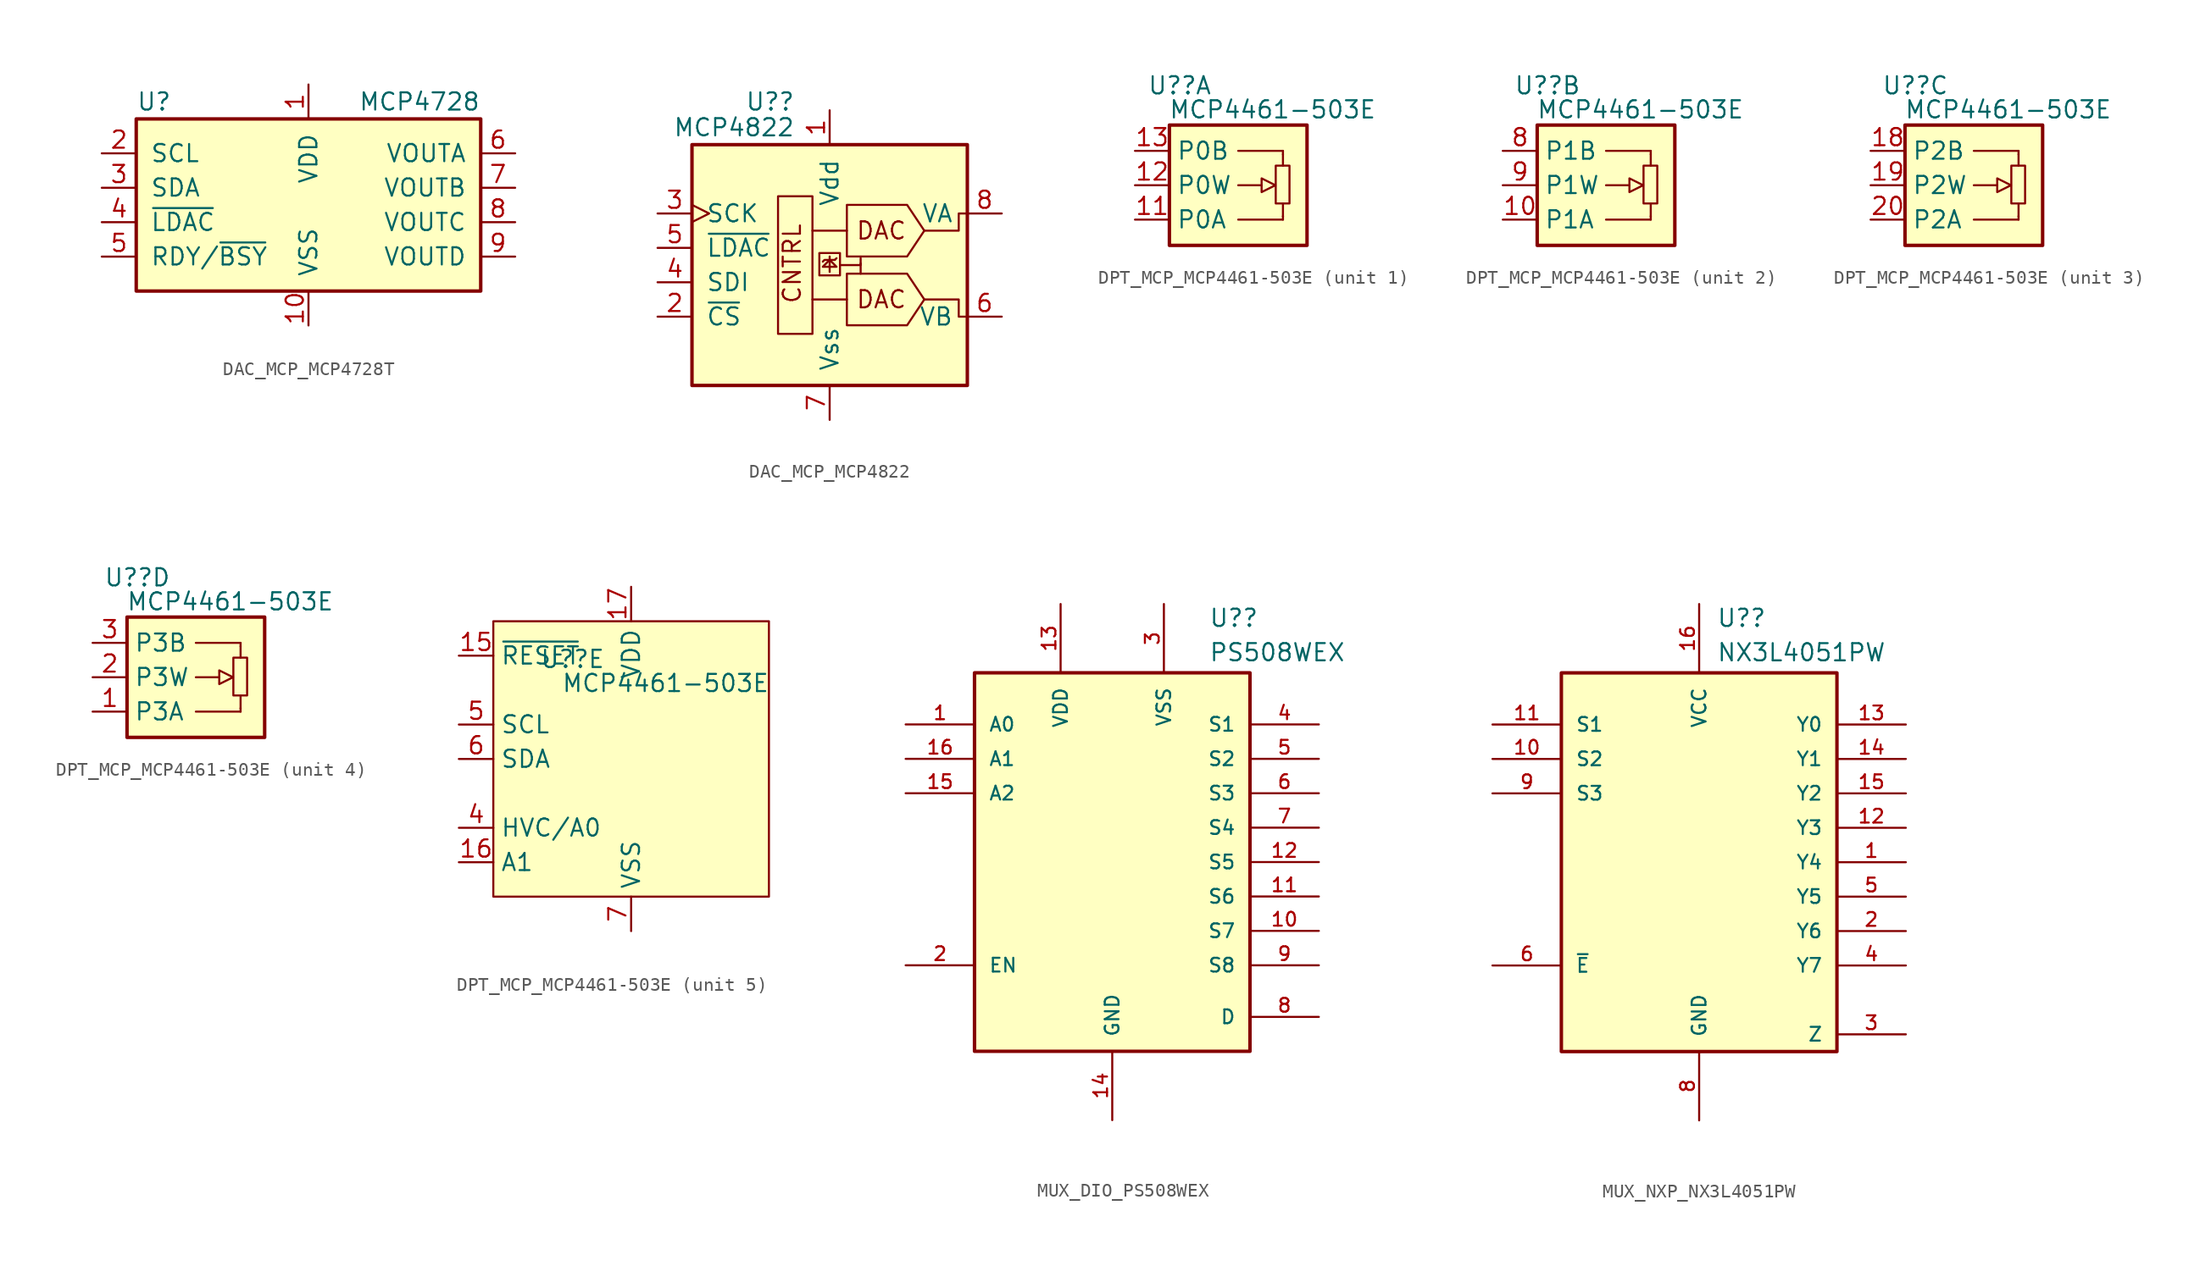
<source format=kicad_sym>
(kicad_symbol_lib
  (version 20231120)
  (generator "kicad_symbol_editor")
  (generator_version "8.0")
  (symbol "DAC_MCP_MCP4728T"
    (pin_names
      (offset 1.016))
    (property "Reference" "U"
      (at -12.7 6.35 0)
      (effects (font (size 1.27 1.27)) (justify left)))
    (property "Value" "MCP4728"
      (at 12.7 6.35 0)
      (effects (font (size 1.27 1.27)) (justify right)))
    (symbol "DAC_MCP_MCP4728T_0_1"
      (rectangle (start -12.7 5.08) (end 12.7 -7.62) (stroke (width 0.254) (type default)) (fill (type background))))
    (symbol "DAC_MCP_MCP4728T_1_1"
      (pin power_in line (at 0 7.62 270) (length 2.54) (name "VDD" (effects (font (size 1.27 1.27)))) (number "1" (effects (font (size 1.27 1.27)))))
      (pin power_in line (at 0 -10.16 90) (length 2.54) (name "VSS" (effects (font (size 1.27 1.27)))) (number "10" (effects (font (size 1.27 1.27)))))
      (pin input line (at -15.24 2.54 0) (length 2.54) (name "SCL" (effects (font (size 1.27 1.27)))) (number "2" (effects (font (size 1.27 1.27)))))
      (pin bidirectional line (at -15.24 0 0) (length 2.54) (name "SDA" (effects (font (size 1.27 1.27)))) (number "3" (effects (font (size 1.27 1.27)))))
      (pin input line (at -15.24 -2.54 0) (length 2.54) (name "~{LDAC}" (effects (font (size 1.27 1.27)))) (number "4" (effects (font (size 1.27 1.27)))))
      (pin output line (at -15.24 -5.08 0) (length 2.54) (name "RDY/~{BSY}" (effects (font (size 1.27 1.27)))) (number "5" (effects (font (size 1.27 1.27)))))
      (pin output line (at 15.24 2.54 180) (length 2.54) (name "VOUTA" (effects (font (size 1.27 1.27)))) (number "6" (effects (font (size 1.27 1.27)))))
      (pin output line (at 15.24 0 180) (length 2.54) (name "VOUTB" (effects (font (size 1.27 1.27)))) (number "7" (effects (font (size 1.27 1.27)))))
      (pin output line (at 15.24 -2.54 180) (length 2.54) (name "VOUTC" (effects (font (size 1.27 1.27)))) (number "8" (effects (font (size 1.27 1.27)))))
      (pin output line (at 15.24 -5.08 180) (length 2.54) (name "VOUTD" (effects (font (size 1.27 1.27)))) (number "9" (effects (font (size 1.27 1.27)))))))
  (symbol "DAC_MCP_MCP4822"
    (pin_names
      (offset 1.016))
    (property "Reference" "U?"
      (at -2.54 10.795 0)
      (effects (font (size 1.27 1.27)) (justify right)))
    (property "Value" "MCP4822"
      (at -2.54 8.89 0)
      (effects (font (size 1.27 1.27)) (justify right)))
    (symbol "DAC_MCP_MCP4822_0_0"
      (polyline (pts (xy 0 -1.778) (xy 0 -0.635)) (stroke (width 0) (type default)) (fill (type none)))
      (polyline (pts (xy 0.381 -0.889) (xy 0.508 -0.762)) (stroke (width 0) (type default)) (fill (type none)))
      (polyline (pts (xy 2.286 -1.143) (xy 2.286 -1.905)) (stroke (width 0) (type default)) (fill (type none)))
      (polyline (pts (xy 0.381 -0.889) (xy -0.381 -0.889) (xy -0.508 -1.016)) (stroke (width 0) (type default)) (fill (type none)))
      (polyline (pts (xy 0.762 -1.27) (xy 2.286 -1.27) (xy 2.286 -0.762)) (stroke (width 0) (type default)) (fill (type none)))
      (polyline (pts (xy 0 -0.889) (xy 0.508 -1.397) (xy -0.508 -1.397) (xy 0 -0.889)) (stroke (width 0) (type default)) (fill (type none)))
      (polyline (pts (xy 6.985 -3.81) (xy 9.525 -3.81) (xy 9.525 -5.08) (xy 10.16 -5.08)) (stroke (width 0) (type default)) (fill (type none)))
      (polyline (pts (xy 6.985 1.27) (xy 9.525 1.27) (xy 9.525 2.54) (xy 10.16 2.54)) (stroke (width 0) (type default)) (fill (type none)))
      (rectangle (start 0.762 -0.381) (end -0.762 -2.032) (stroke (width 0) (type default)) (fill (type none)))
      (text "CNTRL" (at -2.032 -4.191 900) (effects (font (size 1.27 1.27)) (justify left bottom)))
      (text "DAC" (at 3.81 -3.81 0) (effects (font (size 1.27 1.27))))
      (text "DAC" (at 3.81 1.27 0) (effects (font (size 1.27 1.27)))))
    (symbol "DAC_MCP_MCP4822_0_1"
      (rectangle (start -10.16 7.62) (end 10.16 -10.16) (stroke (width 0.254) (type default)) (fill (type background)))
      (rectangle (start -1.27 -6.35) (end -3.81 3.81) (stroke (width 0) (type default)) (fill (type none)))
      (polyline (pts (xy 1.27 -3.81) (xy -1.27 -3.81)) (stroke (width 0) (type default)) (fill (type none)))
      (polyline (pts (xy 1.27 1.27) (xy -1.27 1.27)) (stroke (width 0) (type default)) (fill (type none)))
      (polyline (pts (xy 6.985 -3.81) (xy 5.715 -1.905) (xy 1.27 -1.905) (xy 1.27 -5.715) (xy 5.715 -5.715) (xy 6.985 -3.81)) (stroke (width 0) (type default)) (fill (type none)))
      (polyline (pts (xy 6.985 1.27) (xy 5.715 3.175) (xy 1.27 3.175) (xy 1.27 -0.635) (xy 5.715 -0.635) (xy 6.985 1.27)) (stroke (width 0) (type default)) (fill (type none))))
    (symbol "DAC_MCP_MCP4822_1_1"
      (pin power_in line (at 0 10.16 270) (length 2.54) (name "Vdd" (effects (font (size 1.27 1.27)))) (number "1" (effects (font (size 1.27 1.27)))))
      (pin input line (at -12.7 -5.08 0) (length 2.54) (name "~{CS}" (effects (font (size 1.27 1.27)))) (number "2" (effects (font (size 1.27 1.27)))))
      (pin input clock (at -12.7 2.54 0) (length 2.54) (name "SCK" (effects (font (size 1.27 1.27)))) (number "3" (effects (font (size 1.27 1.27)))))
      (pin input line (at -12.7 -2.54 0) (length 2.54) (name "SDI" (effects (font (size 1.27 1.27)))) (number "4" (effects (font (size 1.27 1.27)))))
      (pin input line (at -12.7 0 0) (length 2.54) (name "~{LDAC}" (effects (font (size 1.27 1.27)))) (number "5" (effects (font (size 1.27 1.27)))))
      (pin output line (at 12.7 -5.08 180) (length 2.54) (name "VB" (effects (font (size 1.27 1.27)))) (number "6" (effects (font (size 1.27 1.27)))))
      (pin power_in line (at 0 -12.7 90) (length 2.54) (name "Vss" (effects (font (size 1.27 1.27)))) (number "7" (effects (font (size 1.27 1.27)))))
      (pin output line (at 12.7 2.54 180) (length 2.54) (name "VA" (effects (font (size 1.27 1.27)))) (number "8" (effects (font (size 1.27 1.27)))))))
  (symbol "DPT_MCP_MCP4461-503E"
    (property "Reference" "U?"
      (at -4.318 7.366 0)
      (effects (font (size 1.27 1.27))))
    (property "Value" "MCP4461-503E"
      (at 2.54 5.588 0)
      (effects (font (size 1.27 1.27))))
    (property "ki_locked" ""
      (at 0 0 0)
      (effects (font (size 1.27 1.27))))
    (symbol "DPT_MCP_MCP4461-503E_1_1"
      (rectangle (start -5.08 4.445) (end 5.08 -4.445) (stroke (width 0.254) (type default)) (fill (type background)))
      (polyline (pts (xy 1.727 0) (xy 0 0)) (stroke (width 0) (type default)) (fill (type none)))
      (polyline (pts (xy 3.302 -2.54) (xy 0 -2.54)) (stroke (width 0) (type default)) (fill (type background)))
      (polyline (pts (xy 3.302 -2.311) (xy 3.302 -1.372)) (stroke (width 0) (type default)) (fill (type none)))
      (polyline (pts (xy 3.302 2.286) (xy 3.302 1.448)) (stroke (width 0) (type default)) (fill (type none)))
      (polyline (pts (xy 3.302 2.54) (xy 0 2.54)) (stroke (width 0) (type default)) (fill (type background)))
      (polyline (pts (xy 3.302 -2.54) (xy 3.302 -2.286) (xy 3.302 -2.286)) (stroke (width 0) (type default)) (fill (type none)))
      (polyline (pts (xy 3.302 2.54) (xy 3.302 2.286) (xy 3.302 2.286)) (stroke (width 0) (type default)) (fill (type background)))
      (polyline (pts (xy 1.727 -0.508) (xy 1.727 0.508) (xy 2.743 0) (xy 1.727 -0.508) (xy 1.727 -0.508)) (stroke (width 0) (type default)) (fill (type none)))
      (rectangle (start 3.785 -1.346) (end 2.769 1.448) (stroke (width 0) (type default)) (fill (type none)))
      (pin passive line (at -7.62 -2.54 0) (length 2.54) (name "P0A" (effects (font (size 1.27 1.27)))) (number "11" (effects (font (size 1.27 1.27)))))
      (pin passive line (at -7.62 0 0) (length 2.54) (name "P0W" (effects (font (size 1.27 1.27)))) (number "12" (effects (font (size 1.27 1.27)))))
      (pin passive line (at -7.62 2.54 0) (length 2.54) (name "P0B" (effects (font (size 1.27 1.27)))) (number "13" (effects (font (size 1.27 1.27))))))
    (symbol "DPT_MCP_MCP4461-503E_2_1"
      (polyline (pts (xy 1.727 0) (xy 0 0)) (stroke (width 0) (type default)) (fill (type none)))
      (polyline (pts (xy 3.302 -2.54) (xy 0 -2.54)) (stroke (width 0) (type default)) (fill (type background)))
      (polyline (pts (xy 3.302 -2.311) (xy 3.302 -1.372)) (stroke (width 0) (type default)) (fill (type none)))
      (polyline (pts (xy 3.302 2.286) (xy 3.302 1.448)) (stroke (width 0) (type default)) (fill (type none)))
      (polyline (pts (xy 3.302 2.54) (xy 0 2.54)) (stroke (width 0) (type default)) (fill (type background)))
      (polyline (pts (xy 3.302 -2.54) (xy 3.302 -2.286) (xy 3.302 -2.286)) (stroke (width 0) (type default)) (fill (type none)))
      (polyline (pts (xy 3.302 2.54) (xy 3.302 2.286) (xy 3.302 2.286)) (stroke (width 0) (type default)) (fill (type background)))
      (polyline (pts (xy 1.727 -0.508) (xy 1.727 0.508) (xy 2.743 0) (xy 1.727 -0.508) (xy 1.727 -0.508)) (stroke (width 0) (type default)) (fill (type none)))
      (rectangle (start 3.785 -1.346) (end 2.769 1.448) (stroke (width 0) (type default)) (fill (type none)))
      (rectangle (start 5.08 -4.445) (end -5.08 4.445) (stroke (width 0.254) (type default)) (fill (type background)))
      (pin passive line (at -7.62 -2.54 0) (length 2.54) (name "P1A" (effects (font (size 1.27 1.27)))) (number "10" (effects (font (size 1.27 1.27)))))
      (pin passive line (at -7.62 2.54 0) (length 2.54) (name "P1B" (effects (font (size 1.27 1.27)))) (number "8" (effects (font (size 1.27 1.27)))))
      (pin passive line (at -7.62 0 0) (length 2.54) (name "P1W" (effects (font (size 1.27 1.27)))) (number "9" (effects (font (size 1.27 1.27))))))
    (symbol "DPT_MCP_MCP4461-503E_3_1"
      (polyline (pts (xy 1.727 0) (xy 0 0)) (stroke (width 0) (type default)) (fill (type none)))
      (polyline (pts (xy 3.302 -2.54) (xy 0 -2.54)) (stroke (width 0) (type default)) (fill (type background)))
      (polyline (pts (xy 3.302 -2.311) (xy 3.302 -1.372)) (stroke (width 0) (type default)) (fill (type none)))
      (polyline (pts (xy 3.302 2.286) (xy 3.302 1.448)) (stroke (width 0) (type default)) (fill (type none)))
      (polyline (pts (xy 3.302 2.54) (xy 0 2.54)) (stroke (width 0) (type default)) (fill (type background)))
      (polyline (pts (xy 3.302 -2.54) (xy 3.302 -2.286) (xy 3.302 -2.286)) (stroke (width 0) (type default)) (fill (type none)))
      (polyline (pts (xy 3.302 2.54) (xy 3.302 2.286) (xy 3.302 2.286)) (stroke (width 0) (type default)) (fill (type background)))
      (polyline (pts (xy 1.727 -0.508) (xy 1.727 0.508) (xy 2.743 0) (xy 1.727 -0.508) (xy 1.727 -0.508)) (stroke (width 0) (type default)) (fill (type none)))
      (rectangle (start 3.785 -1.346) (end 2.769 1.448) (stroke (width 0) (type default)) (fill (type none)))
      (rectangle (start 5.08 -4.445) (end -5.08 4.445) (stroke (width 0.254) (type default)) (fill (type background)))
      (pin passive line (at -7.62 2.54 0) (length 2.54) (name "P2B" (effects (font (size 1.27 1.27)))) (number "18" (effects (font (size 1.27 1.27)))))
      (pin passive line (at -7.62 0 0) (length 2.54) (name "P2W" (effects (font (size 1.27 1.27)))) (number "19" (effects (font (size 1.27 1.27)))))
      (pin passive line (at -7.62 -2.54 0) (length 2.54) (name "P2A" (effects (font (size 1.27 1.27)))) (number "20" (effects (font (size 1.27 1.27))))))
    (symbol "DPT_MCP_MCP4461-503E_4_1"
      (polyline (pts (xy 1.727 0) (xy 0 0)) (stroke (width 0) (type default)) (fill (type none)))
      (polyline (pts (xy 3.302 -2.54) (xy 0 -2.54)) (stroke (width 0) (type default)) (fill (type background)))
      (polyline (pts (xy 3.302 -2.311) (xy 3.302 -1.372)) (stroke (width 0) (type default)) (fill (type none)))
      (polyline (pts (xy 3.302 2.286) (xy 3.302 1.448)) (stroke (width 0) (type default)) (fill (type none)))
      (polyline (pts (xy 3.302 2.54) (xy 0 2.54)) (stroke (width 0) (type default)) (fill (type background)))
      (polyline (pts (xy 3.302 -2.54) (xy 3.302 -2.286) (xy 3.302 -2.286)) (stroke (width 0) (type default)) (fill (type none)))
      (polyline (pts (xy 3.302 2.54) (xy 3.302 2.286) (xy 3.302 2.286)) (stroke (width 0) (type default)) (fill (type background)))
      (polyline (pts (xy 1.727 -0.508) (xy 1.727 0.508) (xy 2.743 0) (xy 1.727 -0.508) (xy 1.727 -0.508)) (stroke (width 0) (type default)) (fill (type none)))
      (rectangle (start 3.785 -1.346) (end 2.769 1.448) (stroke (width 0) (type default)) (fill (type none)))
      (rectangle (start 5.08 -4.445) (end -5.08 4.445) (stroke (width 0.254) (type default)) (fill (type background)))
      (pin passive line (at -7.62 -2.54 0) (length 2.54) (name "P3A" (effects (font (size 1.27 1.27)))) (number "1" (effects (font (size 1.27 1.27)))))
      (pin passive line (at -7.62 0 0) (length 2.54) (name "P3W" (effects (font (size 1.27 1.27)))) (number "2" (effects (font (size 1.27 1.27)))))
      (pin passive line (at -7.62 2.54 0) (length 2.54) (name "P3B" (effects (font (size 1.27 1.27)))) (number "3" (effects (font (size 1.27 1.27))))))
    (symbol "DPT_MCP_MCP4461-503E_5_1"
      (rectangle (start -10.16 10.16) (end 10.16 -10.16) (stroke (width 0) (type default)) (fill (type background)))
      (pin no_connect line (at -10.16 -2.54 0) (length 2.54) hide (name "NC" (effects (font (size 1.27 1.27)))) (number "14" (effects (font (size 1.27 1.27)))))
      (pin input line (at -12.7 7.62 0) (length 2.54) (name "~{RESET}" (effects (font (size 1.27 1.27)))) (number "15" (effects (font (size 1.27 1.27)))))
      (pin input line (at -12.7 -7.62 0) (length 2.54) (name "A1" (effects (font (size 1.27 1.27)))) (number "16" (effects (font (size 1.27 1.27)))))
      (pin power_in line (at 0 12.7 270) (length 2.54) (name "VDD" (effects (font (size 1.27 1.27)))) (number "17" (effects (font (size 1.27 1.27)))))
      (pin input line (at -12.7 -5.08 0) (length 2.54) (name "HVC/A0" (effects (font (size 1.27 1.27)))) (number "4" (effects (font (size 1.27 1.27)))))
      (pin input line (at -12.7 2.54 0) (length 2.54) (name "SCL" (effects (font (size 1.27 1.27)))) (number "5" (effects (font (size 1.27 1.27)))))
      (pin bidirectional line (at -12.7 0 0) (length 2.54) (name "SDA" (effects (font (size 1.27 1.27)))) (number "6" (effects (font (size 1.27 1.27)))))
      (pin power_in line (at 0 -12.7 90) (length 2.54) (name "VSS" (effects (font (size 1.27 1.27)))) (number "7" (effects (font (size 1.27 1.27)))))))
  (symbol "MUX_DIO_PS508WEX"
    (pin_names
      (offset 1.016))
    (property "Reference" "U?"
      (at 7.112 17.272 0)
      (effects (font (size 1.27 1.27)) (justify left bottom)))
    (property "Value" "PS508WEX"
      (at 7.112 14.732 0)
      (effects (font (size 1.27 1.27)) (justify left bottom)))
    (symbol "MUX_DIO_PS508WEX_0_0"
      (rectangle (start -10.16 13.97) (end 10.16 -13.97) (stroke (width 0.254) (type default)) (fill (type background))))
    (symbol "MUX_DIO_PS508WEX_1_0"
      (pin bidirectional line (at -15.24 10.16 0) (length 5.08) (name "A0" (effects (font (size 1.016 1.016)))) (number "1" (effects (font (size 1.016 1.016)))))
      (pin bidirectional line (at 15.24 -5.08 180) (length 5.08) (name "S7" (effects (font (size 1.016 1.016)))) (number "10" (effects (font (size 1.016 1.016)))))
      (pin bidirectional line (at 15.24 -2.54 180) (length 5.08) (name "S6" (effects (font (size 1.016 1.016)))) (number "11" (effects (font (size 1.016 1.016)))))
      (pin bidirectional line (at 15.24 0 180) (length 5.08) (name "S5" (effects (font (size 1.016 1.016)))) (number "12" (effects (font (size 1.016 1.016)))))
      (pin power_in line (at -3.81 19.05 270) (length 5.08) (name "VDD" (effects (font (size 1.016 1.016)))) (number "13" (effects (font (size 1.016 1.016)))))
      (pin power_in line (at 0 -19.05 90) (length 5.08) (name "GND" (effects (font (size 1.016 1.016)))) (number "14" (effects (font (size 1.016 1.016)))))
      (pin bidirectional line (at -15.24 5.08 0) (length 5.08) (name "A2" (effects (font (size 1.016 1.016)))) (number "15" (effects (font (size 1.016 1.016)))))
      (pin bidirectional line (at -15.24 7.62 0) (length 5.08) (name "A1" (effects (font (size 1.016 1.016)))) (number "16" (effects (font (size 1.016 1.016)))))
      (pin input line (at -15.24 -7.62 0) (length 5.08) (name "EN" (effects (font (size 1.016 1.016)))) (number "2" (effects (font (size 1.016 1.016)))))
      (pin power_in line (at 3.81 19.05 270) (length 5.08) (name "VSS" (effects (font (size 1.016 1.016)))) (number "3" (effects (font (size 1.016 1.016)))))
      (pin bidirectional line (at 15.24 10.16 180) (length 5.08) (name "S1" (effects (font (size 1.016 1.016)))) (number "4" (effects (font (size 1.016 1.016)))))
      (pin bidirectional line (at 15.24 7.62 180) (length 5.08) (name "S2" (effects (font (size 1.016 1.016)))) (number "5" (effects (font (size 1.016 1.016)))))
      (pin bidirectional line (at 15.24 5.08 180) (length 5.08) (name "S3" (effects (font (size 1.016 1.016)))) (number "6" (effects (font (size 1.016 1.016)))))
      (pin bidirectional line (at 15.24 2.54 180) (length 5.08) (name "S4" (effects (font (size 1.016 1.016)))) (number "7" (effects (font (size 1.016 1.016)))))
      (pin bidirectional line (at 15.24 -11.43 180) (length 5.08) (name "D" (effects (font (size 1.016 1.016)))) (number "8" (effects (font (size 1.016 1.016)))))
      (pin bidirectional line (at 15.24 -7.62 180) (length 5.08) (name "S8" (effects (font (size 1.016 1.016)))) (number "9" (effects (font (size 1.016 1.016)))))))
  (symbol "MUX_NXP_NX3L4051PW"
    (pin_names
      (offset 1.016))
    (property "Reference" "U?"
      (at 1.27 17.272 0)
      (effects (font (size 1.27 1.27)) (justify left bottom)))
    (property "Value" "NX3L4051PW"
      (at 1.27 14.732 0)
      (effects (font (size 1.27 1.27)) (justify left bottom)))
    (symbol "MUX_NXP_NX3L4051PW_0_0"
      (rectangle (start -10.16 13.97) (end 10.16 -13.97) (stroke (width 0.254) (type default)) (fill (type background)))
      (pin bidirectional line (at 15.24 0 180) (length 5.08) (name "Y4" (effects (font (size 1.016 1.016)))) (number "1" (effects (font (size 1.016 1.016)))))
      (pin input line (at -15.24 7.62 0) (length 5.08) (name "S2" (effects (font (size 1.016 1.016)))) (number "10" (effects (font (size 1.016 1.016)))))
      (pin input line (at -15.24 10.16 0) (length 5.08) (name "S1" (effects (font (size 1.016 1.016)))) (number "11" (effects (font (size 1.016 1.016)))))
      (pin bidirectional line (at 15.24 2.54 180) (length 5.08) (name "Y3" (effects (font (size 1.016 1.016)))) (number "12" (effects (font (size 1.016 1.016)))))
      (pin bidirectional line (at 15.24 10.16 180) (length 5.08) (name "Y0" (effects (font (size 1.016 1.016)))) (number "13" (effects (font (size 1.016 1.016)))))
      (pin bidirectional line (at 15.24 7.62 180) (length 5.08) (name "Y1" (effects (font (size 1.016 1.016)))) (number "14" (effects (font (size 1.016 1.016)))))
      (pin bidirectional line (at 15.24 5.08 180) (length 5.08) (name "Y2" (effects (font (size 1.016 1.016)))) (number "15" (effects (font (size 1.016 1.016)))))
      (pin power_in line (at 0 19.05 270) (length 5.08) (name "VCC" (effects (font (size 1.016 1.016)))) (number "16" (effects (font (size 1.016 1.016)))))
      (pin bidirectional line (at 15.24 -5.08 180) (length 5.08) (name "Y6" (effects (font (size 1.016 1.016)))) (number "2" (effects (font (size 1.016 1.016)))))
      (pin bidirectional line (at 15.24 -12.7 180) (length 5.08) (name "Z" (effects (font (size 1.016 1.016)))) (number "3" (effects (font (size 1.016 1.016)))))
      (pin bidirectional line (at 15.24 -7.62 180) (length 5.08) (name "Y7" (effects (font (size 1.016 1.016)))) (number "4" (effects (font (size 1.016 1.016)))))
      (pin bidirectional line (at 15.24 -2.54 180) (length 5.08) (name "Y5" (effects (font (size 1.016 1.016)))) (number "5" (effects (font (size 1.016 1.016)))))
      (pin input line (at -15.24 -7.62 0) (length 5.08) (name "~{E}" (effects (font (size 1.016 1.016)))) (number "6" (effects (font (size 1.016 1.016)))))
      (pin power_in line (at 0 -19.05 90) (length 5.08) (name "GND" (effects (font (size 1.016 1.016)))) (number "8" (effects (font (size 1.016 1.016)))))
      (pin input line (at -15.24 5.08 0) (length 5.08) (name "S3" (effects (font (size 1.016 1.016)))) (number "9" (effects (font (size 1.016 1.016))))))
    (symbol "MUX_NXP_NX3L4051PW_1_0"
      (pin no_connect line (at -15.24 -5.08 0) (length 5.08) hide (name "ns" (effects (font (size 1.016 1.016)))) (number "7" (effects (font (size 1.016 1.016))))))))
</source>
